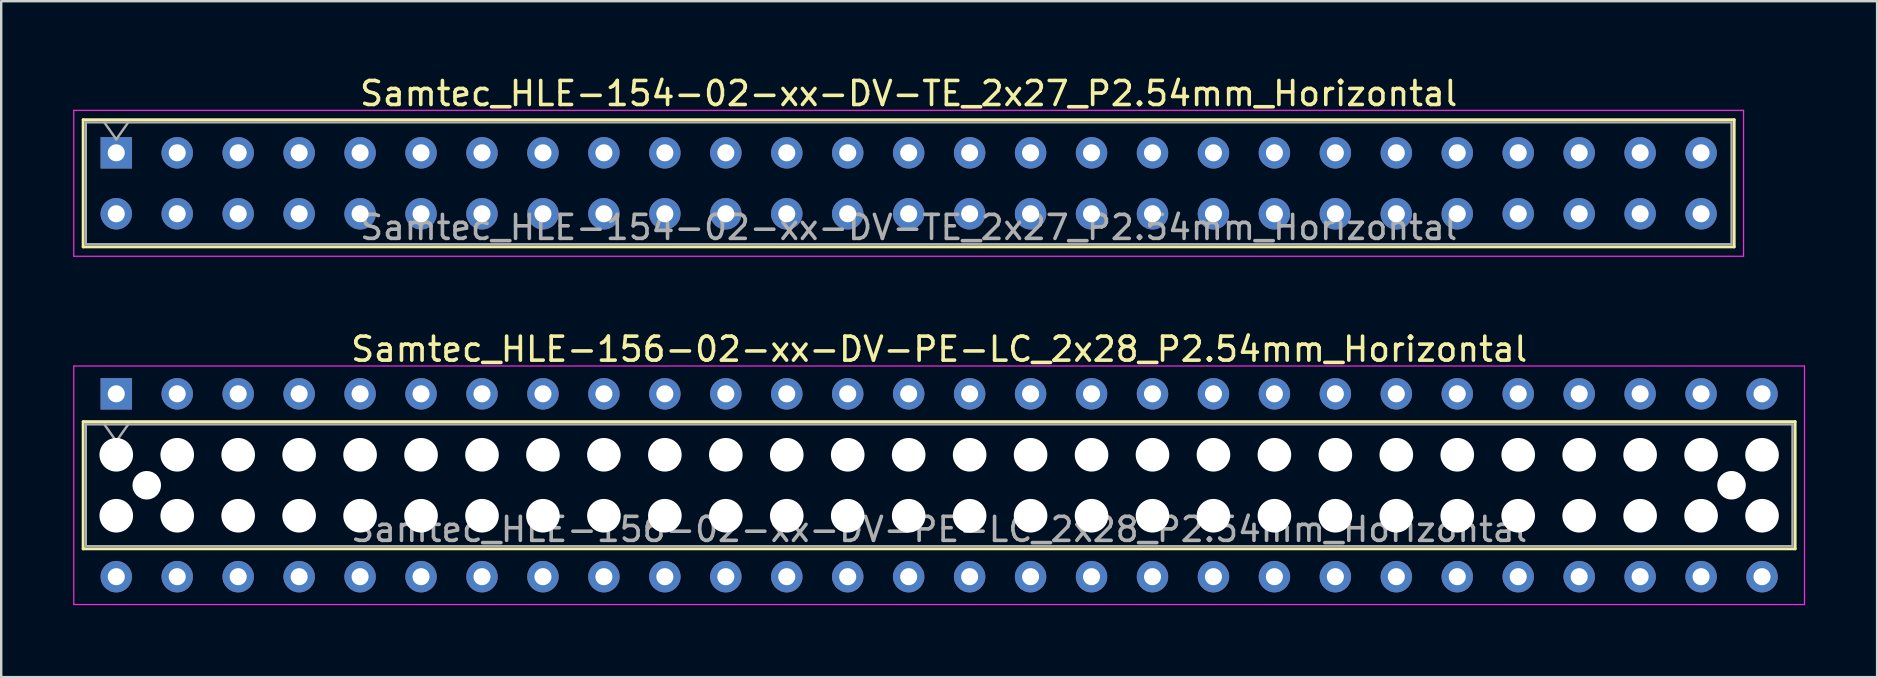
<source format=kicad_pcb>
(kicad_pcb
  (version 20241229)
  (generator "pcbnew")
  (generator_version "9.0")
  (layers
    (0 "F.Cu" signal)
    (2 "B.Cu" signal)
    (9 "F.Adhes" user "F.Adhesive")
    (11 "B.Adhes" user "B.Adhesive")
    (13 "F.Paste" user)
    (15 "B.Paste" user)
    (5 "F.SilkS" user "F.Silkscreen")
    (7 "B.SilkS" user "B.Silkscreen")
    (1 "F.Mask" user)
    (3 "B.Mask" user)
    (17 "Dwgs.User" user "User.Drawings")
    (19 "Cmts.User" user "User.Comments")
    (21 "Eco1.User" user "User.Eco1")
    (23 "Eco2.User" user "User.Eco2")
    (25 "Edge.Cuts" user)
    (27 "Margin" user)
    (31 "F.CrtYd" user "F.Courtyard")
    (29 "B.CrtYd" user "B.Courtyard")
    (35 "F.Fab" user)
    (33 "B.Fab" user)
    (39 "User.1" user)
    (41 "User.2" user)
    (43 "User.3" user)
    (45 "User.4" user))
  (footprint "Samtec_HLE-156-02-xx-DV-PE-LC_2x28_P2.54mm_Horizontal"
    (layer "F.Cu")
    (at 1.795 13.361)
    (property "Reference" "Samtec_HLE-156-02-xx-DV-PE-LC_2x28_P2.54mm_Horizontal" (at 34.29 -1.86 0) (layer "F.SilkS") (effects (font (size 1 1) (thickness 0.15))))
    (attr through_hole)
    (fp_line (start -1.38 1.16) (end 69.96 1.16) (stroke (width 0.12) (type solid)) (layer "F.SilkS"))
    (fp_line (start -1.38 6.46) (end -1.38 1.16) (stroke (width 0.12) (type solid)) (layer "F.SilkS"))
    (fp_line (start 69.96 1.16) (end 69.96 6.46) (stroke (width 0.12) (type solid)) (layer "F.SilkS"))
    (fp_line (start 69.96 6.46) (end -1.38 6.46) (stroke (width 0.12) (type solid)) (layer "F.SilkS"))
    (fp_line (start -1.77 -1.16) (end 70.35 -1.16) (stroke (width 0.05) (type solid)) (layer "F.CrtYd"))
    (fp_line (start -1.77 8.78) (end -1.77 -1.16) (stroke (width 0.05) (type solid)) (layer "F.CrtYd"))
    (fp_line (start 70.35 -1.16) (end 70.35 8.78) (stroke (width 0.05) (type solid)) (layer "F.CrtYd"))
    (fp_line (start 70.35 8.78) (end -1.77 8.78) (stroke (width 0.05) (type solid)) (layer "F.CrtYd"))
    (fp_line (start -1.27 1.27) (end 69.85 1.27) (stroke (width 0.1) (type solid)) (layer "F.Fab"))
    (fp_line (start -1.27 6.35) (end -1.27 1.27) (stroke (width 0.1) (type solid)) (layer "F.Fab"))
    (fp_line (start -0.5 1.27) (end 0 1.977) (stroke (width 0.1) (type solid)) (layer "F.Fab"))
    (fp_line (start 0 1.977) (end 0.5 1.27) (stroke (width 0.1) (type solid)) (layer "F.Fab"))
    (fp_line (start 69.85 1.27) (end 69.85 6.35) (stroke (width 0.1) (type solid)) (layer "F.Fab"))
    (fp_line (start 69.85 6.35) (end -1.27 6.35) (stroke (width 0.1) (type solid)) (layer "F.Fab"))
    (fp_text user "${REFERENCE}" (at 34.29 5.65 0) (layer "F.Fab") (effects (font (size 1 1) (thickness 0.15))))
    (pad "" np_thru_hole circle (at 0 2.54) (size 1.4 1.4) (drill 1.4) (layers "*.Cu" "*.Mask"))
    (pad "" np_thru_hole circle (at 0 5.08) (size 1.4 1.4) (drill 1.4) (layers "*.Cu" "*.Mask"))
    (pad "" np_thru_hole circle (at 1.27 3.81) (size 1.19 1.19) (drill 1.19) (layers "*.Cu" "*.Mask"))
    (pad "" np_thru_hole circle (at 2.54 2.54) (size 1.4 1.4) (drill 1.4) (layers "*.Cu" "*.Mask"))
    (pad "" np_thru_hole circle (at 2.54 5.08) (size 1.4 1.4) (drill 1.4) (layers "*.Cu" "*.Mask"))
    (pad "" np_thru_hole circle (at 5.08 2.54) (size 1.4 1.4) (drill 1.4) (layers "*.Cu" "*.Mask"))
    (pad "" np_thru_hole circle (at 5.08 5.08) (size 1.4 1.4) (drill 1.4) (layers "*.Cu" "*.Mask"))
    (pad "" np_thru_hole circle (at 7.62 2.54) (size 1.4 1.4) (drill 1.4) (layers "*.Cu" "*.Mask"))
    (pad "" np_thru_hole circle (at 7.62 5.08) (size 1.4 1.4) (drill 1.4) (layers "*.Cu" "*.Mask"))
    (pad "" np_thru_hole circle (at 10.16 2.54) (size 1.4 1.4) (drill 1.4) (layers "*.Cu" "*.Mask"))
    (pad "" np_thru_hole circle (at 10.16 5.08) (size 1.4 1.4) (drill 1.4) (layers "*.Cu" "*.Mask"))
    (pad "" np_thru_hole circle (at 12.7 2.54) (size 1.4 1.4) (drill 1.4) (layers "*.Cu" "*.Mask"))
    (pad "" np_thru_hole circle (at 12.7 5.08) (size 1.4 1.4) (drill 1.4) (layers "*.Cu" "*.Mask"))
    (pad "" np_thru_hole circle (at 15.24 2.54) (size 1.4 1.4) (drill 1.4) (layers "*.Cu" "*.Mask"))
    (pad "" np_thru_hole circle (at 15.24 5.08) (size 1.4 1.4) (drill 1.4) (layers "*.Cu" "*.Mask"))
    (pad "" np_thru_hole circle (at 17.78 2.54) (size 1.4 1.4) (drill 1.4) (layers "*.Cu" "*.Mask"))
    (pad "" np_thru_hole circle (at 17.78 5.08) (size 1.4 1.4) (drill 1.4) (layers "*.Cu" "*.Mask"))
    (pad "" np_thru_hole circle (at 20.32 2.54) (size 1.4 1.4) (drill 1.4) (layers "*.Cu" "*.Mask"))
    (pad "" np_thru_hole circle (at 20.32 5.08) (size 1.4 1.4) (drill 1.4) (layers "*.Cu" "*.Mask"))
    (pad "" np_thru_hole circle (at 22.86 2.54) (size 1.4 1.4) (drill 1.4) (layers "*.Cu" "*.Mask"))
    (pad "" np_thru_hole circle (at 22.86 5.08) (size 1.4 1.4) (drill 1.4) (layers "*.Cu" "*.Mask"))
    (pad "" np_thru_hole circle (at 25.4 2.54) (size 1.4 1.4) (drill 1.4) (layers "*.Cu" "*.Mask"))
    (pad "" np_thru_hole circle (at 25.4 5.08) (size 1.4 1.4) (drill 1.4) (layers "*.Cu" "*.Mask"))
    (pad "" np_thru_hole circle (at 27.94 2.54) (size 1.4 1.4) (drill 1.4) (layers "*.Cu" "*.Mask"))
    (pad "" np_thru_hole circle (at 27.94 5.08) (size 1.4 1.4) (drill 1.4) (layers "*.Cu" "*.Mask"))
    (pad "" np_thru_hole circle (at 30.48 2.54) (size 1.4 1.4) (drill 1.4) (layers "*.Cu" "*.Mask"))
    (pad "" np_thru_hole circle (at 30.48 5.08) (size 1.4 1.4) (drill 1.4) (layers "*.Cu" "*.Mask"))
    (pad "" np_thru_hole circle (at 33.02 2.54) (size 1.4 1.4) (drill 1.4) (layers "*.Cu" "*.Mask"))
    (pad "" np_thru_hole circle (at 33.02 5.08) (size 1.4 1.4) (drill 1.4) (layers "*.Cu" "*.Mask"))
    (pad "" np_thru_hole circle (at 35.56 2.54) (size 1.4 1.4) (drill 1.4) (layers "*.Cu" "*.Mask"))
    (pad "" np_thru_hole circle (at 35.56 5.08) (size 1.4 1.4) (drill 1.4) (layers "*.Cu" "*.Mask"))
    (pad "" np_thru_hole circle (at 38.1 2.54) (size 1.4 1.4) (drill 1.4) (layers "*.Cu" "*.Mask"))
    (pad "" np_thru_hole circle (at 38.1 5.08) (size 1.4 1.4) (drill 1.4) (layers "*.Cu" "*.Mask"))
    (pad "" np_thru_hole circle (at 40.64 2.54) (size 1.4 1.4) (drill 1.4) (layers "*.Cu" "*.Mask"))
    (pad "" np_thru_hole circle (at 40.64 5.08) (size 1.4 1.4) (drill 1.4) (layers "*.Cu" "*.Mask"))
    (pad "" np_thru_hole circle (at 43.18 2.54) (size 1.4 1.4) (drill 1.4) (layers "*.Cu" "*.Mask"))
    (pad "" np_thru_hole circle (at 43.18 5.08) (size 1.4 1.4) (drill 1.4) (layers "*.Cu" "*.Mask"))
    (pad "" np_thru_hole circle (at 45.72 2.54) (size 1.4 1.4) (drill 1.4) (layers "*.Cu" "*.Mask"))
    (pad "" np_thru_hole circle (at 45.72 5.08) (size 1.4 1.4) (drill 1.4) (layers "*.Cu" "*.Mask"))
    (pad "" np_thru_hole circle (at 48.26 2.54) (size 1.4 1.4) (drill 1.4) (layers "*.Cu" "*.Mask"))
    (pad "" np_thru_hole circle (at 48.26 5.08) (size 1.4 1.4) (drill 1.4) (layers "*.Cu" "*.Mask"))
    (pad "" np_thru_hole circle (at 50.8 2.54) (size 1.4 1.4) (drill 1.4) (layers "*.Cu" "*.Mask"))
    (pad "" np_thru_hole circle (at 50.8 5.08) (size 1.4 1.4) (drill 1.4) (layers "*.Cu" "*.Mask"))
    (pad "" np_thru_hole circle (at 53.34 2.54) (size 1.4 1.4) (drill 1.4) (layers "*.Cu" "*.Mask"))
    (pad "" np_thru_hole circle (at 53.34 5.08) (size 1.4 1.4) (drill 1.4) (layers "*.Cu" "*.Mask"))
    (pad "" np_thru_hole circle (at 55.88 2.54) (size 1.4 1.4) (drill 1.4) (layers "*.Cu" "*.Mask"))
    (pad "" np_thru_hole circle (at 55.88 5.08) (size 1.4 1.4) (drill 1.4) (layers "*.Cu" "*.Mask"))
    (pad "" np_thru_hole circle (at 58.42 2.54) (size 1.4 1.4) (drill 1.4) (layers "*.Cu" "*.Mask"))
    (pad "" np_thru_hole circle (at 58.42 5.08) (size 1.4 1.4) (drill 1.4) (layers "*.Cu" "*.Mask"))
    (pad "" np_thru_hole circle (at 60.96 2.54) (size 1.4 1.4) (drill 1.4) (layers "*.Cu" "*.Mask"))
    (pad "" np_thru_hole circle (at 60.96 5.08) (size 1.4 1.4) (drill 1.4) (layers "*.Cu" "*.Mask"))
    (pad "" np_thru_hole circle (at 63.5 2.54) (size 1.4 1.4) (drill 1.4) (layers "*.Cu" "*.Mask"))
    (pad "" np_thru_hole circle (at 63.5 5.08) (size 1.4 1.4) (drill 1.4) (layers "*.Cu" "*.Mask"))
    (pad "" np_thru_hole circle (at 66.04 2.54) (size 1.4 1.4) (drill 1.4) (layers "*.Cu" "*.Mask"))
    (pad "" np_thru_hole circle (at 66.04 5.08) (size 1.4 1.4) (drill 1.4) (layers "*.Cu" "*.Mask"))
    (pad "" np_thru_hole circle (at 67.31 3.81) (size 1.19 1.19) (drill 1.19) (layers "*.Cu" "*.Mask"))
    (pad "" np_thru_hole circle (at 68.58 2.54) (size 1.4 1.4) (drill 1.4) (layers "*.Cu" "*.Mask"))
    (pad "" np_thru_hole circle (at 68.58 5.08) (size 1.4 1.4) (drill 1.4) (layers "*.Cu" "*.Mask"))
    (pad "1" thru_hole rect (at 0 0) (size 1.31 1.31) (drill 0.71) (layers "*.Cu" "*.Mask"))
    (pad "2" thru_hole circle (at 0 7.62) (size 1.31 1.31) (drill 0.71) (layers "*.Cu" "*.Mask"))
    (pad "3" thru_hole circle (at 2.54 0) (size 1.31 1.31) (drill 0.71) (layers "*.Cu" "*.Mask"))
    (pad "4" thru_hole circle (at 2.54 7.62) (size 1.31 1.31) (drill 0.71) (layers "*.Cu" "*.Mask"))
    (pad "5" thru_hole circle (at 5.08 0) (size 1.31 1.31) (drill 0.71) (layers "*.Cu" "*.Mask"))
    (pad "6" thru_hole circle (at 5.08 7.62) (size 1.31 1.31) (drill 0.71) (layers "*.Cu" "*.Mask"))
    (pad "7" thru_hole circle (at 7.62 0) (size 1.31 1.31) (drill 0.71) (layers "*.Cu" "*.Mask"))
    (pad "8" thru_hole circle (at 7.62 7.62) (size 1.31 1.31) (drill 0.71) (layers "*.Cu" "*.Mask"))
    (pad "9" thru_hole circle (at 10.16 0) (size 1.31 1.31) (drill 0.71) (layers "*.Cu" "*.Mask"))
    (pad "10" thru_hole circle (at 10.16 7.62) (size 1.31 1.31) (drill 0.71) (layers "*.Cu" "*.Mask"))
    (pad "11" thru_hole circle (at 12.7 0) (size 1.31 1.31) (drill 0.71) (layers "*.Cu" "*.Mask"))
    (pad "12" thru_hole circle (at 12.7 7.62) (size 1.31 1.31) (drill 0.71) (layers "*.Cu" "*.Mask"))
    (pad "13" thru_hole circle (at 15.24 0) (size 1.31 1.31) (drill 0.71) (layers "*.Cu" "*.Mask"))
    (pad "14" thru_hole circle (at 15.24 7.62) (size 1.31 1.31) (drill 0.71) (layers "*.Cu" "*.Mask"))
    (pad "15" thru_hole circle (at 17.78 0) (size 1.31 1.31) (drill 0.71) (layers "*.Cu" "*.Mask"))
    (pad "16" thru_hole circle (at 17.78 7.62) (size 1.31 1.31) (drill 0.71) (layers "*.Cu" "*.Mask"))
    (pad "17" thru_hole circle (at 20.32 0) (size 1.31 1.31) (drill 0.71) (layers "*.Cu" "*.Mask"))
    (pad "18" thru_hole circle (at 20.32 7.62) (size 1.31 1.31) (drill 0.71) (layers "*.Cu" "*.Mask"))
    (pad "19" thru_hole circle (at 22.86 0) (size 1.31 1.31) (drill 0.71) (layers "*.Cu" "*.Mask"))
    (pad "20" thru_hole circle (at 22.86 7.62) (size 1.31 1.31) (drill 0.71) (layers "*.Cu" "*.Mask"))
    (pad "21" thru_hole circle (at 25.4 0) (size 1.31 1.31) (drill 0.71) (layers "*.Cu" "*.Mask"))
    (pad "22" thru_hole circle (at 25.4 7.62) (size 1.31 1.31) (drill 0.71) (layers "*.Cu" "*.Mask"))
    (pad "23" thru_hole circle (at 27.94 0) (size 1.31 1.31) (drill 0.71) (layers "*.Cu" "*.Mask"))
    (pad "24" thru_hole circle (at 27.94 7.62) (size 1.31 1.31) (drill 0.71) (layers "*.Cu" "*.Mask"))
    (pad "25" thru_hole circle (at 30.48 0) (size 1.31 1.31) (drill 0.71) (layers "*.Cu" "*.Mask"))
    (pad "26" thru_hole circle (at 30.48 7.62) (size 1.31 1.31) (drill 0.71) (layers "*.Cu" "*.Mask"))
    (pad "27" thru_hole circle (at 33.02 0) (size 1.31 1.31) (drill 0.71) (layers "*.Cu" "*.Mask"))
    (pad "28" thru_hole circle (at 33.02 7.62) (size 1.31 1.31) (drill 0.71) (layers "*.Cu" "*.Mask"))
    (pad "29" thru_hole circle (at 35.56 0) (size 1.31 1.31) (drill 0.71) (layers "*.Cu" "*.Mask"))
    (pad "30" thru_hole circle (at 35.56 7.62) (size 1.31 1.31) (drill 0.71) (layers "*.Cu" "*.Mask"))
    (pad "31" thru_hole circle (at 38.1 0) (size 1.31 1.31) (drill 0.71) (layers "*.Cu" "*.Mask"))
    (pad "32" thru_hole circle (at 38.1 7.62) (size 1.31 1.31) (drill 0.71) (layers "*.Cu" "*.Mask"))
    (pad "33" thru_hole circle (at 40.64 0) (size 1.31 1.31) (drill 0.71) (layers "*.Cu" "*.Mask"))
    (pad "34" thru_hole circle (at 40.64 7.62) (size 1.31 1.31) (drill 0.71) (layers "*.Cu" "*.Mask"))
    (pad "35" thru_hole circle (at 43.18 0) (size 1.31 1.31) (drill 0.71) (layers "*.Cu" "*.Mask"))
    (pad "36" thru_hole circle (at 43.18 7.62) (size 1.31 1.31) (drill 0.71) (layers "*.Cu" "*.Mask"))
    (pad "37" thru_hole circle (at 45.72 0) (size 1.31 1.31) (drill 0.71) (layers "*.Cu" "*.Mask"))
    (pad "38" thru_hole circle (at 45.72 7.62) (size 1.31 1.31) (drill 0.71) (layers "*.Cu" "*.Mask"))
    (pad "39" thru_hole circle (at 48.26 0) (size 1.31 1.31) (drill 0.71) (layers "*.Cu" "*.Mask"))
    (pad "40" thru_hole circle (at 48.26 7.62) (size 1.31 1.31) (drill 0.71) (layers "*.Cu" "*.Mask"))
    (pad "41" thru_hole circle (at 50.8 0) (size 1.31 1.31) (drill 0.71) (layers "*.Cu" "*.Mask"))
    (pad "42" thru_hole circle (at 50.8 7.62) (size 1.31 1.31) (drill 0.71) (layers "*.Cu" "*.Mask"))
    (pad "43" thru_hole circle (at 53.34 0) (size 1.31 1.31) (drill 0.71) (layers "*.Cu" "*.Mask"))
    (pad "44" thru_hole circle (at 53.34 7.62) (size 1.31 1.31) (drill 0.71) (layers "*.Cu" "*.Mask"))
    (pad "45" thru_hole circle (at 55.88 0) (size 1.31 1.31) (drill 0.71) (layers "*.Cu" "*.Mask"))
    (pad "46" thru_hole circle (at 55.88 7.62) (size 1.31 1.31) (drill 0.71) (layers "*.Cu" "*.Mask"))
    (pad "47" thru_hole circle (at 58.42 0) (size 1.31 1.31) (drill 0.71) (layers "*.Cu" "*.Mask"))
    (pad "48" thru_hole circle (at 58.42 7.62) (size 1.31 1.31) (drill 0.71) (layers "*.Cu" "*.Mask"))
    (pad "49" thru_hole circle (at 60.96 0) (size 1.31 1.31) (drill 0.71) (layers "*.Cu" "*.Mask"))
    (pad "50" thru_hole circle (at 60.96 7.62) (size 1.31 1.31) (drill 0.71) (layers "*.Cu" "*.Mask"))
    (pad "51" thru_hole circle (at 63.5 0) (size 1.31 1.31) (drill 0.71) (layers "*.Cu" "*.Mask"))
    (pad "52" thru_hole circle (at 63.5 7.62) (size 1.31 1.31) (drill 0.71) (layers "*.Cu" "*.Mask"))
    (pad "53" thru_hole circle (at 66.04 0) (size 1.31 1.31) (drill 0.71) (layers "*.Cu" "*.Mask"))
    (pad "54" thru_hole circle (at 66.04 7.62) (size 1.31 1.31) (drill 0.71) (layers "*.Cu" "*.Mask"))
    (pad "55" thru_hole circle (at 68.58 0) (size 1.31 1.31) (drill 0.71) (layers "*.Cu" "*.Mask"))
    (pad "56" thru_hole circle (at 68.58 7.62) (size 1.31 1.31) (drill 0.71) (layers "*.Cu" "*.Mask")))
  (footprint "Samtec_HLE-154-02-xx-DV-TE_2x27_P2.54mm_Horizontal"
    (layer "F.Cu")
    (at 1.795 3.318)
    (property "Reference" "Samtec_HLE-154-02-xx-DV-TE_2x27_P2.54mm_Horizontal" (at 33.02 -2.47 0) (layer "F.SilkS") (effects (font (size 1 1) (thickness 0.15))))
    (attr through_hole)
    (fp_line (start -1.38 -1.38) (end 67.42 -1.38) (stroke (width 0.12) (type solid)) (layer "F.SilkS"))
    (fp_line (start -1.38 3.92) (end -1.38 -1.38) (stroke (width 0.12) (type solid)) (layer "F.SilkS"))
    (fp_line (start 67.42 -1.38) (end 67.42 3.92) (stroke (width 0.12) (type solid)) (layer "F.SilkS"))
    (fp_line (start 67.42 3.92) (end -1.38 3.92) (stroke (width 0.12) (type solid)) (layer "F.SilkS"))
    (fp_line (start -1.77 -1.77) (end 67.81 -1.77) (stroke (width 0.05) (type solid)) (layer "F.CrtYd"))
    (fp_line (start -1.77 4.31) (end -1.77 -1.77) (stroke (width 0.05) (type solid)) (layer "F.CrtYd"))
    (fp_line (start 67.81 -1.77) (end 67.81 4.31) (stroke (width 0.05) (type solid)) (layer "F.CrtYd"))
    (fp_line (start 67.81 4.31) (end -1.77 4.31) (stroke (width 0.05) (type solid)) (layer "F.CrtYd"))
    (fp_line (start -1.27 -1.27) (end 67.31 -1.27) (stroke (width 0.1) (type solid)) (layer "F.Fab"))
    (fp_line (start -1.27 3.81) (end -1.27 -1.27) (stroke (width 0.1) (type solid)) (layer "F.Fab"))
    (fp_line (start -0.5 -1.27) (end 0 -0.563) (stroke (width 0.1) (type solid)) (layer "F.Fab"))
    (fp_line (start 0 -0.563) (end 0.5 -1.27) (stroke (width 0.1) (type solid)) (layer "F.Fab"))
    (fp_line (start 67.31 -1.27) (end 67.31 3.81) (stroke (width 0.1) (type solid)) (layer "F.Fab"))
    (fp_line (start 67.31 3.81) (end -1.27 3.81) (stroke (width 0.1) (type solid)) (layer "F.Fab"))
    (fp_text user "${REFERENCE}" (at 33.02 3.11 0) (layer "F.Fab") (effects (font (size 1 1) (thickness 0.15))))
    (pad "1" thru_hole rect (at 0 0) (size 1.31 1.31) (drill 0.71) (layers "*.Cu" "*.Mask"))
    (pad "2" thru_hole circle (at 0 2.54) (size 1.31 1.31) (drill 0.71) (layers "*.Cu" "*.Mask"))
    (pad "3" thru_hole circle (at 2.54 0) (size 1.31 1.31) (drill 0.71) (layers "*.Cu" "*.Mask"))
    (pad "4" thru_hole circle (at 2.54 2.54) (size 1.31 1.31) (drill 0.71) (layers "*.Cu" "*.Mask"))
    (pad "5" thru_hole circle (at 5.08 0) (size 1.31 1.31) (drill 0.71) (layers "*.Cu" "*.Mask"))
    (pad "6" thru_hole circle (at 5.08 2.54) (size 1.31 1.31) (drill 0.71) (layers "*.Cu" "*.Mask"))
    (pad "7" thru_hole circle (at 7.62 0) (size 1.31 1.31) (drill 0.71) (layers "*.Cu" "*.Mask"))
    (pad "8" thru_hole circle (at 7.62 2.54) (size 1.31 1.31) (drill 0.71) (layers "*.Cu" "*.Mask"))
    (pad "9" thru_hole circle (at 10.16 0) (size 1.31 1.31) (drill 0.71) (layers "*.Cu" "*.Mask"))
    (pad "10" thru_hole circle (at 10.16 2.54) (size 1.31 1.31) (drill 0.71) (layers "*.Cu" "*.Mask"))
    (pad "11" thru_hole circle (at 12.7 0) (size 1.31 1.31) (drill 0.71) (layers "*.Cu" "*.Mask"))
    (pad "12" thru_hole circle (at 12.7 2.54) (size 1.31 1.31) (drill 0.71) (layers "*.Cu" "*.Mask"))
    (pad "13" thru_hole circle (at 15.24 0) (size 1.31 1.31) (drill 0.71) (layers "*.Cu" "*.Mask"))
    (pad "14" thru_hole circle (at 15.24 2.54) (size 1.31 1.31) (drill 0.71) (layers "*.Cu" "*.Mask"))
    (pad "15" thru_hole circle (at 17.78 0) (size 1.31 1.31) (drill 0.71) (layers "*.Cu" "*.Mask"))
    (pad "16" thru_hole circle (at 17.78 2.54) (size 1.31 1.31) (drill 0.71) (layers "*.Cu" "*.Mask"))
    (pad "17" thru_hole circle (at 20.32 0) (size 1.31 1.31) (drill 0.71) (layers "*.Cu" "*.Mask"))
    (pad "18" thru_hole circle (at 20.32 2.54) (size 1.31 1.31) (drill 0.71) (layers "*.Cu" "*.Mask"))
    (pad "19" thru_hole circle (at 22.86 0) (size 1.31 1.31) (drill 0.71) (layers "*.Cu" "*.Mask"))
    (pad "20" thru_hole circle (at 22.86 2.54) (size 1.31 1.31) (drill 0.71) (layers "*.Cu" "*.Mask"))
    (pad "21" thru_hole circle (at 25.4 0) (size 1.31 1.31) (drill 0.71) (layers "*.Cu" "*.Mask"))
    (pad "22" thru_hole circle (at 25.4 2.54) (size 1.31 1.31) (drill 0.71) (layers "*.Cu" "*.Mask"))
    (pad "23" thru_hole circle (at 27.94 0) (size 1.31 1.31) (drill 0.71) (layers "*.Cu" "*.Mask"))
    (pad "24" thru_hole circle (at 27.94 2.54) (size 1.31 1.31) (drill 0.71) (layers "*.Cu" "*.Mask"))
    (pad "25" thru_hole circle (at 30.48 0) (size 1.31 1.31) (drill 0.71) (layers "*.Cu" "*.Mask"))
    (pad "26" thru_hole circle (at 30.48 2.54) (size 1.31 1.31) (drill 0.71) (layers "*.Cu" "*.Mask"))
    (pad "27" thru_hole circle (at 33.02 0) (size 1.31 1.31) (drill 0.71) (layers "*.Cu" "*.Mask"))
    (pad "28" thru_hole circle (at 33.02 2.54) (size 1.31 1.31) (drill 0.71) (layers "*.Cu" "*.Mask"))
    (pad "29" thru_hole circle (at 35.56 0) (size 1.31 1.31) (drill 0.71) (layers "*.Cu" "*.Mask"))
    (pad "30" thru_hole circle (at 35.56 2.54) (size 1.31 1.31) (drill 0.71) (layers "*.Cu" "*.Mask"))
    (pad "31" thru_hole circle (at 38.1 0) (size 1.31 1.31) (drill 0.71) (layers "*.Cu" "*.Mask"))
    (pad "32" thru_hole circle (at 38.1 2.54) (size 1.31 1.31) (drill 0.71) (layers "*.Cu" "*.Mask"))
    (pad "33" thru_hole circle (at 40.64 0) (size 1.31 1.31) (drill 0.71) (layers "*.Cu" "*.Mask"))
    (pad "34" thru_hole circle (at 40.64 2.54) (size 1.31 1.31) (drill 0.71) (layers "*.Cu" "*.Mask"))
    (pad "35" thru_hole circle (at 43.18 0) (size 1.31 1.31) (drill 0.71) (layers "*.Cu" "*.Mask"))
    (pad "36" thru_hole circle (at 43.18 2.54) (size 1.31 1.31) (drill 0.71) (layers "*.Cu" "*.Mask"))
    (pad "37" thru_hole circle (at 45.72 0) (size 1.31 1.31) (drill 0.71) (layers "*.Cu" "*.Mask"))
    (pad "38" thru_hole circle (at 45.72 2.54) (size 1.31 1.31) (drill 0.71) (layers "*.Cu" "*.Mask"))
    (pad "39" thru_hole circle (at 48.26 0) (size 1.31 1.31) (drill 0.71) (layers "*.Cu" "*.Mask"))
    (pad "40" thru_hole circle (at 48.26 2.54) (size 1.31 1.31) (drill 0.71) (layers "*.Cu" "*.Mask"))
    (pad "41" thru_hole circle (at 50.8 0) (size 1.31 1.31) (drill 0.71) (layers "*.Cu" "*.Mask"))
    (pad "42" thru_hole circle (at 50.8 2.54) (size 1.31 1.31) (drill 0.71) (layers "*.Cu" "*.Mask"))
    (pad "43" thru_hole circle (at 53.34 0) (size 1.31 1.31) (drill 0.71) (layers "*.Cu" "*.Mask"))
    (pad "44" thru_hole circle (at 53.34 2.54) (size 1.31 1.31) (drill 0.71) (layers "*.Cu" "*.Mask"))
    (pad "45" thru_hole circle (at 55.88 0) (size 1.31 1.31) (drill 0.71) (layers "*.Cu" "*.Mask"))
    (pad "46" thru_hole circle (at 55.88 2.54) (size 1.31 1.31) (drill 0.71) (layers "*.Cu" "*.Mask"))
    (pad "47" thru_hole circle (at 58.42 0) (size 1.31 1.31) (drill 0.71) (layers "*.Cu" "*.Mask"))
    (pad "48" thru_hole circle (at 58.42 2.54) (size 1.31 1.31) (drill 0.71) (layers "*.Cu" "*.Mask"))
    (pad "49" thru_hole circle (at 60.96 0) (size 1.31 1.31) (drill 0.71) (layers "*.Cu" "*.Mask"))
    (pad "50" thru_hole circle (at 60.96 2.54) (size 1.31 1.31) (drill 0.71) (layers "*.Cu" "*.Mask"))
    (pad "51" thru_hole circle (at 63.5 0) (size 1.31 1.31) (drill 0.71) (layers "*.Cu" "*.Mask"))
    (pad "52" thru_hole circle (at 63.5 2.54) (size 1.31 1.31) (drill 0.71) (layers "*.Cu" "*.Mask"))
    (pad "53" thru_hole circle (at 66.04 0) (size 1.31 1.31) (drill 0.71) (layers "*.Cu" "*.Mask"))
    (pad "54" thru_hole circle (at 66.04 2.54) (size 1.31 1.31) (drill 0.71) (layers "*.Cu" "*.Mask")))
  (gr_rect
    (start -3 -3)
    (end 75.17 25.166)
    (stroke (width 0.1) (type default))
    (fill no)
    (layer "Edge.Cuts")))
</source>
